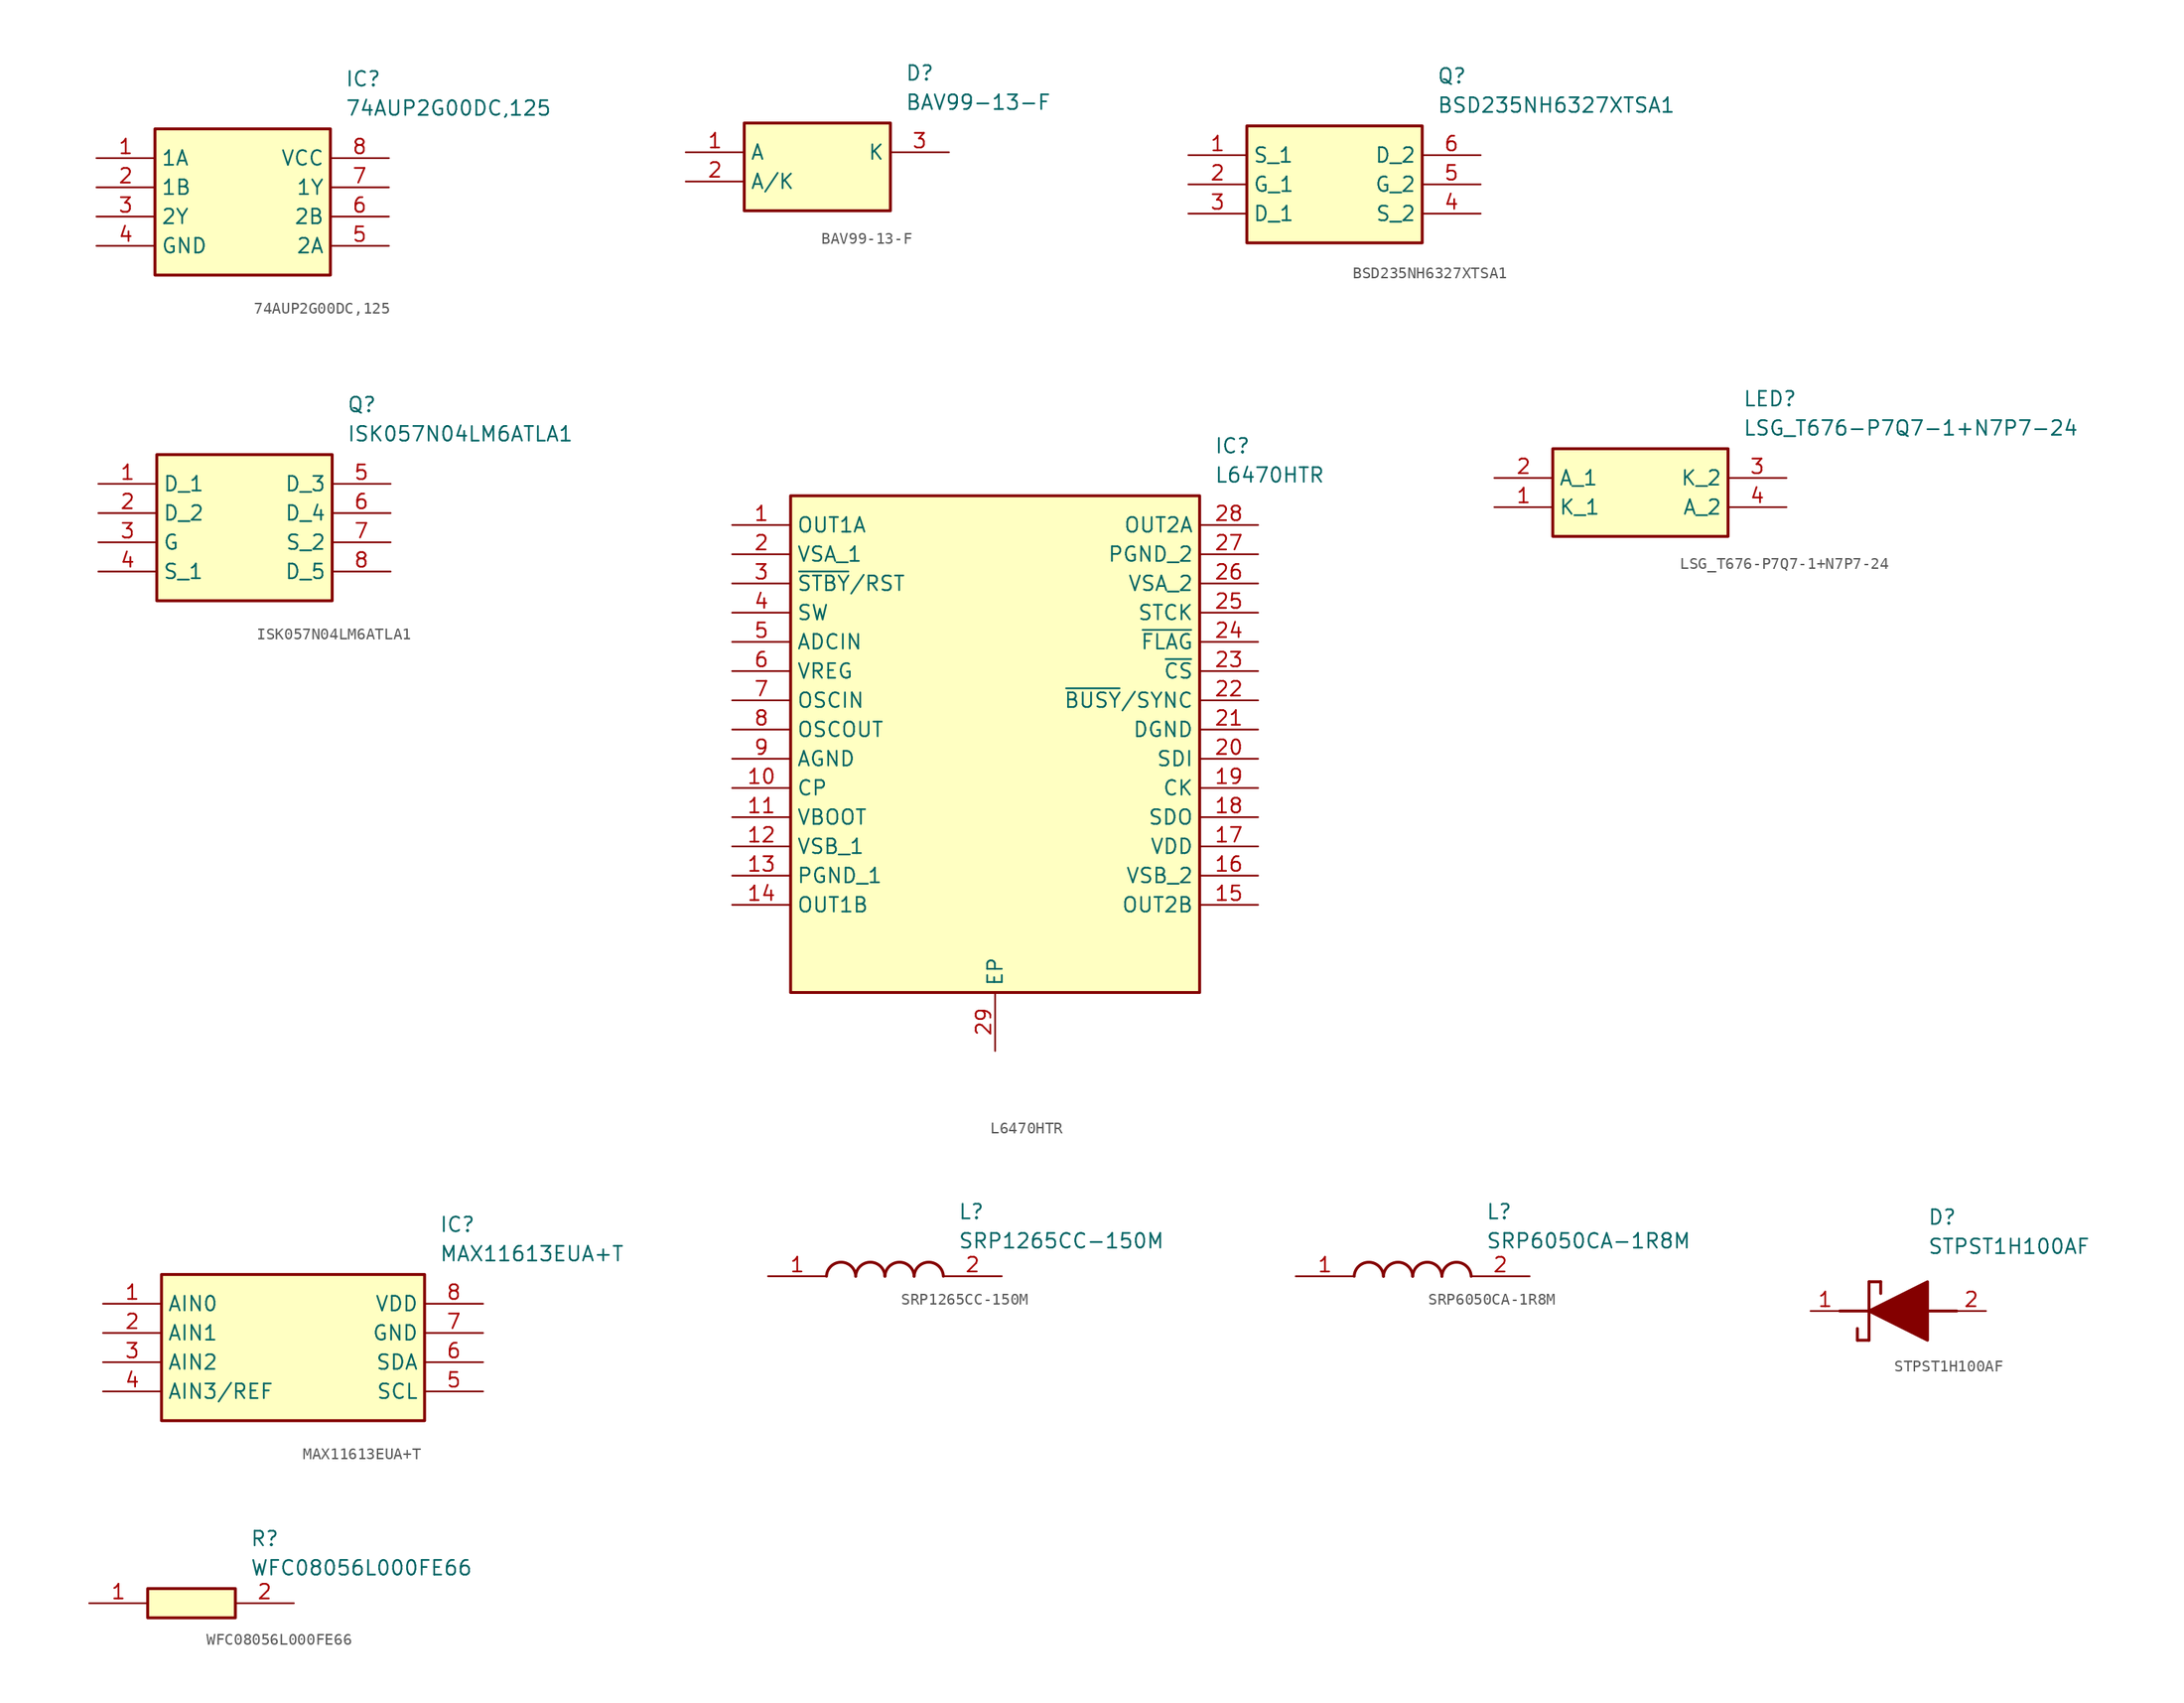
<source format=kicad_sym>
(kicad_symbol_lib
  (version 20220914)
  (generator kicad_symbol_editor)
  (symbol "74AUP2G00DC,125"
    (property "Reference" "IC"
      (at 21.59 7.62 0)
      (effects (font (size 1.27 1.27)) (justify left top)))
    (property "Value" "74AUP2G00DC,125"
      (at 21.59 5.08 0)
      (effects (font (size 1.27 1.27)) (justify left top)))
    (rectangle
      (start 5.08 2.54)
      (end 20.32 -10.16)
      (stroke (width 0.254) (type default))
      (fill (type background)))
    (pin passive line
      (at 0 0 0)
      (length 5.08)
      (name "1A" (effects (font (size 1.27 1.27))))
      (number "1" (effects (font (size 1.27 1.27)))))
    (pin passive line
      (at 0 -2.54 0)
      (length 5.08)
      (name "1B" (effects (font (size 1.27 1.27))))
      (number "2" (effects (font (size 1.27 1.27)))))
    (pin passive line
      (at 0 -5.08 0)
      (length 5.08)
      (name "2Y" (effects (font (size 1.27 1.27))))
      (number "3" (effects (font (size 1.27 1.27)))))
    (pin passive line
      (at 0 -7.62 0)
      (length 5.08)
      (name "GND" (effects (font (size 1.27 1.27))))
      (number "4" (effects (font (size 1.27 1.27)))))
    (pin passive line
      (at 25.4 0 180)
      (length 5.08)
      (name "VCC" (effects (font (size 1.27 1.27))))
      (number "8" (effects (font (size 1.27 1.27)))))
    (pin passive line
      (at 25.4 -2.54 180)
      (length 5.08)
      (name "1Y" (effects (font (size 1.27 1.27))))
      (number "7" (effects (font (size 1.27 1.27)))))
    (pin passive line
      (at 25.4 -5.08 180)
      (length 5.08)
      (name "2B" (effects (font (size 1.27 1.27))))
      (number "6" (effects (font (size 1.27 1.27)))))
    (pin passive line
      (at 25.4 -7.62 180)
      (length 5.08)
      (name "2A" (effects (font (size 1.27 1.27))))
      (number "5" (effects (font (size 1.27 1.27))))))
  (symbol "BAV99-13-F"
    (property "Reference" "D"
      (at 19.05 7.62 0)
      (effects (font (size 1.27 1.27)) (justify left top)))
    (property "Value" "BAV99-13-F"
      (at 19.05 5.08 0)
      (effects (font (size 1.27 1.27)) (justify left top)))
    (rectangle
      (start 5.08 2.54)
      (end 17.78 -5.08)
      (stroke (width 0.254) (type default))
      (fill (type background)))
    (pin passive line
      (at 0 0 0)
      (length 5.08)
      (name "A" (effects (font (size 1.27 1.27))))
      (number "1" (effects (font (size 1.27 1.27)))))
    (pin passive line
      (at 0 -2.54 0)
      (length 5.08)
      (name "A/K" (effects (font (size 1.27 1.27))))
      (number "2" (effects (font (size 1.27 1.27)))))
    (pin passive line
      (at 22.86 0 180)
      (length 5.08)
      (name "K" (effects (font (size 1.27 1.27))))
      (number "3" (effects (font (size 1.27 1.27))))))
  (symbol "BSD235NH6327XTSA1"
    (property "Reference" "Q"
      (at 21.59 7.62 0)
      (effects (font (size 1.27 1.27)) (justify left top)))
    (property "Value" "BSD235NH6327XTSA1"
      (at 21.59 5.08 0)
      (effects (font (size 1.27 1.27)) (justify left top)))
    (rectangle
      (start 5.08 2.54)
      (end 20.32 -7.62)
      (stroke (width 0.254) (type default))
      (fill (type background)))
    (pin passive line
      (at 0 0 0)
      (length 5.08)
      (name "S_1" (effects (font (size 1.27 1.27))))
      (number "1" (effects (font (size 1.27 1.27)))))
    (pin passive line
      (at 0 -2.54 0)
      (length 5.08)
      (name "G_1" (effects (font (size 1.27 1.27))))
      (number "2" (effects (font (size 1.27 1.27)))))
    (pin passive line
      (at 0 -5.08 0)
      (length 5.08)
      (name "D_1" (effects (font (size 1.27 1.27))))
      (number "3" (effects (font (size 1.27 1.27)))))
    (pin passive line
      (at 25.4 0 180)
      (length 5.08)
      (name "D_2" (effects (font (size 1.27 1.27))))
      (number "6" (effects (font (size 1.27 1.27)))))
    (pin passive line
      (at 25.4 -2.54 180)
      (length 5.08)
      (name "G_2" (effects (font (size 1.27 1.27))))
      (number "5" (effects (font (size 1.27 1.27)))))
    (pin passive line
      (at 25.4 -5.08 180)
      (length 5.08)
      (name "S_2" (effects (font (size 1.27 1.27))))
      (number "4" (effects (font (size 1.27 1.27))))))
  (symbol "ISK057N04LM6ATLA1"
    (property "Reference" "Q"
      (at 21.59 7.62 0)
      (effects (font (size 1.27 1.27)) (justify left top)))
    (property "Value" "ISK057N04LM6ATLA1"
      (at 21.59 5.08 0)
      (effects (font (size 1.27 1.27)) (justify left top)))
    (rectangle
      (start 5.08 2.54)
      (end 20.32 -10.16)
      (stroke (width 0.254) (type default))
      (fill (type background)))
    (pin passive line
      (at 0 0 0)
      (length 5.08)
      (name "D_1" (effects (font (size 1.27 1.27))))
      (number "1" (effects (font (size 1.27 1.27)))))
    (pin passive line
      (at 0 -2.54 0)
      (length 5.08)
      (name "D_2" (effects (font (size 1.27 1.27))))
      (number "2" (effects (font (size 1.27 1.27)))))
    (pin passive line
      (at 0 -5.08 0)
      (length 5.08)
      (name "G" (effects (font (size 1.27 1.27))))
      (number "3" (effects (font (size 1.27 1.27)))))
    (pin passive line
      (at 0 -7.62 0)
      (length 5.08)
      (name "S_1" (effects (font (size 1.27 1.27))))
      (number "4" (effects (font (size 1.27 1.27)))))
    (pin passive line
      (at 25.4 0 180)
      (length 5.08)
      (name "D_3" (effects (font (size 1.27 1.27))))
      (number "5" (effects (font (size 1.27 1.27)))))
    (pin passive line
      (at 25.4 -2.54 180)
      (length 5.08)
      (name "D_4" (effects (font (size 1.27 1.27))))
      (number "6" (effects (font (size 1.27 1.27)))))
    (pin passive line
      (at 25.4 -5.08 180)
      (length 5.08)
      (name "S_2" (effects (font (size 1.27 1.27))))
      (number "7" (effects (font (size 1.27 1.27)))))
    (pin passive line
      (at 25.4 -7.62 180)
      (length 5.08)
      (name "D_5" (effects (font (size 1.27 1.27))))
      (number "8" (effects (font (size 1.27 1.27))))))
  (symbol "L6470HTR"
    (property "Reference" "IC"
      (at 41.91 7.62 0)
      (effects (font (size 1.27 1.27)) (justify left top)))
    (property "Value" "L6470HTR"
      (at 41.91 5.08 0)
      (effects (font (size 1.27 1.27)) (justify left top)))
    (rectangle
      (start 5.08 2.54)
      (end 40.64 -40.64)
      (stroke (width 0.254) (type default))
      (fill (type background)))
    (pin passive line
      (at 0 0 0)
      (length 5.08)
      (name "OUT1A" (effects (font (size 1.27 1.27))))
      (number "1" (effects (font (size 1.27 1.27)))))
    (pin passive line
      (at 0 -2.54 0)
      (length 5.08)
      (name "VSA_1" (effects (font (size 1.27 1.27))))
      (number "2" (effects (font (size 1.27 1.27)))))
    (pin passive line
      (at 0 -5.08 0)
      (length 5.08)
      (name "~{STBY}/RST" (effects (font (size 1.27 1.27))))
      (number "3" (effects (font (size 1.27 1.27)))))
    (pin passive line
      (at 0 -7.62 0)
      (length 5.08)
      (name "SW" (effects (font (size 1.27 1.27))))
      (number "4" (effects (font (size 1.27 1.27)))))
    (pin passive line
      (at 0 -10.16 0)
      (length 5.08)
      (name "ADCIN" (effects (font (size 1.27 1.27))))
      (number "5" (effects (font (size 1.27 1.27)))))
    (pin passive line
      (at 0 -12.7 0)
      (length 5.08)
      (name "VREG" (effects (font (size 1.27 1.27))))
      (number "6" (effects (font (size 1.27 1.27)))))
    (pin passive line
      (at 0 -15.24 0)
      (length 5.08)
      (name "OSCIN" (effects (font (size 1.27 1.27))))
      (number "7" (effects (font (size 1.27 1.27)))))
    (pin passive line
      (at 0 -17.78 0)
      (length 5.08)
      (name "OSCOUT" (effects (font (size 1.27 1.27))))
      (number "8" (effects (font (size 1.27 1.27)))))
    (pin passive line
      (at 0 -20.32 0)
      (length 5.08)
      (name "AGND" (effects (font (size 1.27 1.27))))
      (number "9" (effects (font (size 1.27 1.27)))))
    (pin passive line
      (at 0 -22.86 0)
      (length 5.08)
      (name "CP" (effects (font (size 1.27 1.27))))
      (number "10" (effects (font (size 1.27 1.27)))))
    (pin passive line
      (at 0 -25.4 0)
      (length 5.08)
      (name "VBOOT" (effects (font (size 1.27 1.27))))
      (number "11" (effects (font (size 1.27 1.27)))))
    (pin passive line
      (at 0 -27.94 0)
      (length 5.08)
      (name "VSB_1" (effects (font (size 1.27 1.27))))
      (number "12" (effects (font (size 1.27 1.27)))))
    (pin passive line
      (at 0 -30.48 0)
      (length 5.08)
      (name "PGND_1" (effects (font (size 1.27 1.27))))
      (number "13" (effects (font (size 1.27 1.27)))))
    (pin passive line
      (at 0 -33.02 0)
      (length 5.08)
      (name "OUT1B" (effects (font (size 1.27 1.27))))
      (number "14" (effects (font (size 1.27 1.27)))))
    (pin passive line
      (at 22.86 -45.72 90)
      (length 5.08)
      (name "EP" (effects (font (size 1.27 1.27))))
      (number "29" (effects (font (size 1.27 1.27)))))
    (pin passive line
      (at 45.72 0 180)
      (length 5.08)
      (name "OUT2A" (effects (font (size 1.27 1.27))))
      (number "28" (effects (font (size 1.27 1.27)))))
    (pin passive line
      (at 45.72 -2.54 180)
      (length 5.08)
      (name "PGND_2" (effects (font (size 1.27 1.27))))
      (number "27" (effects (font (size 1.27 1.27)))))
    (pin passive line
      (at 45.72 -5.08 180)
      (length 5.08)
      (name "VSA_2" (effects (font (size 1.27 1.27))))
      (number "26" (effects (font (size 1.27 1.27)))))
    (pin passive line
      (at 45.72 -7.62 180)
      (length 5.08)
      (name "STCK" (effects (font (size 1.27 1.27))))
      (number "25" (effects (font (size 1.27 1.27)))))
    (pin passive line
      (at 45.72 -10.16 180)
      (length 5.08)
      (name "~{FLAG}" (effects (font (size 1.27 1.27))))
      (number "24" (effects (font (size 1.27 1.27)))))
    (pin passive line
      (at 45.72 -12.7 180)
      (length 5.08)
      (name "~{CS}" (effects (font (size 1.27 1.27))))
      (number "23" (effects (font (size 1.27 1.27)))))
    (pin passive line
      (at 45.72 -15.24 180)
      (length 5.08)
      (name "~{BUSY}/SYNC" (effects (font (size 1.27 1.27))))
      (number "22" (effects (font (size 1.27 1.27)))))
    (pin passive line
      (at 45.72 -17.78 180)
      (length 5.08)
      (name "DGND" (effects (font (size 1.27 1.27))))
      (number "21" (effects (font (size 1.27 1.27)))))
    (pin passive line
      (at 45.72 -20.32 180)
      (length 5.08)
      (name "SDI" (effects (font (size 1.27 1.27))))
      (number "20" (effects (font (size 1.27 1.27)))))
    (pin passive line
      (at 45.72 -22.86 180)
      (length 5.08)
      (name "CK" (effects (font (size 1.27 1.27))))
      (number "19" (effects (font (size 1.27 1.27)))))
    (pin passive line
      (at 45.72 -25.4 180)
      (length 5.08)
      (name "SDO" (effects (font (size 1.27 1.27))))
      (number "18" (effects (font (size 1.27 1.27)))))
    (pin passive line
      (at 45.72 -27.94 180)
      (length 5.08)
      (name "VDD" (effects (font (size 1.27 1.27))))
      (number "17" (effects (font (size 1.27 1.27)))))
    (pin passive line
      (at 45.72 -30.48 180)
      (length 5.08)
      (name "VSB_2" (effects (font (size 1.27 1.27))))
      (number "16" (effects (font (size 1.27 1.27)))))
    (pin passive line
      (at 45.72 -33.02 180)
      (length 5.08)
      (name "OUT2B" (effects (font (size 1.27 1.27))))
      (number "15" (effects (font (size 1.27 1.27))))))
  (symbol "LSG_T676-P7Q7-1+N7P7-24"
    (property "Reference" "LED"
      (at 21.59 7.62 0)
      (effects (font (size 1.27 1.27)) (justify left top)))
    (property "Value" "LSG_T676-P7Q7-1+N7P7-24"
      (at 21.59 5.08 0)
      (effects (font (size 1.27 1.27)) (justify left top)))
    (rectangle
      (start 5.08 2.54)
      (end 20.32 -5.08)
      (stroke (width 0.254) (type default))
      (fill (type background)))
    (pin passive line
      (at 0 -2.54 0)
      (length 5.08)
      (name "K_1" (effects (font (size 1.27 1.27))))
      (number "1" (effects (font (size 1.27 1.27)))))
    (pin passive line
      (at 0 0 0)
      (length 5.08)
      (name "A_1" (effects (font (size 1.27 1.27))))
      (number "2" (effects (font (size 1.27 1.27)))))
    (pin passive line
      (at 25.4 0 180)
      (length 5.08)
      (name "K_2" (effects (font (size 1.27 1.27))))
      (number "3" (effects (font (size 1.27 1.27)))))
    (pin passive line
      (at 25.4 -2.54 180)
      (length 5.08)
      (name "A_2" (effects (font (size 1.27 1.27))))
      (number "4" (effects (font (size 1.27 1.27))))))
  (symbol "MAX11613EUA+T"
    (property "Reference" "IC"
      (at 29.21 7.62 0)
      (effects (font (size 1.27 1.27)) (justify left top)))
    (property "Value" "MAX11613EUA+T"
      (at 29.21 5.08 0)
      (effects (font (size 1.27 1.27)) (justify left top)))
    (rectangle
      (start 5.08 2.54)
      (end 27.94 -10.16)
      (stroke (width 0.254) (type default))
      (fill (type background)))
    (pin passive line
      (at 0 0 0)
      (length 5.08)
      (name "AIN0" (effects (font (size 1.27 1.27))))
      (number "1" (effects (font (size 1.27 1.27)))))
    (pin passive line
      (at 0 -2.54 0)
      (length 5.08)
      (name "AIN1" (effects (font (size 1.27 1.27))))
      (number "2" (effects (font (size 1.27 1.27)))))
    (pin passive line
      (at 0 -5.08 0)
      (length 5.08)
      (name "AIN2" (effects (font (size 1.27 1.27))))
      (number "3" (effects (font (size 1.27 1.27)))))
    (pin passive line
      (at 0 -7.62 0)
      (length 5.08)
      (name "AIN3/REF" (effects (font (size 1.27 1.27))))
      (number "4" (effects (font (size 1.27 1.27)))))
    (pin passive line
      (at 33.02 0 180)
      (length 5.08)
      (name "VDD" (effects (font (size 1.27 1.27))))
      (number "8" (effects (font (size 1.27 1.27)))))
    (pin passive line
      (at 33.02 -2.54 180)
      (length 5.08)
      (name "GND" (effects (font (size 1.27 1.27))))
      (number "7" (effects (font (size 1.27 1.27)))))
    (pin passive line
      (at 33.02 -5.08 180)
      (length 5.08)
      (name "SDA" (effects (font (size 1.27 1.27))))
      (number "6" (effects (font (size 1.27 1.27)))))
    (pin passive line
      (at 33.02 -7.62 180)
      (length 5.08)
      (name "SCL" (effects (font (size 1.27 1.27))))
      (number "5" (effects (font (size 1.27 1.27))))))
  (symbol "SRP1265CC-150M"
    (pin_names hide)
    (property "Reference" "L"
      (at 16.51 6.35 0)
      (effects (font (size 1.27 1.27)) (justify left top)))
    (property "Value" "SRP1265CC-150M"
      (at 16.51 3.81 0)
      (effects (font (size 1.27 1.27)) (justify left top)))
    (arc
      (start 7.62 0)
      (mid 6.35 1.219)
      (end 5.08 0)
      (stroke (width 0.254) (type default))
      (fill (type none)))
    (arc
      (start 10.16 0)
      (mid 8.89 1.219)
      (end 7.62 0)
      (stroke (width 0.254) (type default))
      (fill (type none)))
    (arc
      (start 12.7 0)
      (mid 11.43 1.219)
      (end 10.16 0)
      (stroke (width 0.254) (type default))
      (fill (type none)))
    (arc
      (start 15.24 0)
      (mid 13.97 1.219)
      (end 12.7 0)
      (stroke (width 0.254) (type default))
      (fill (type none)))
    (pin passive line
      (at 0 0 0)
      (length 5.08)
      (name "1" (effects (font (size 1.27 1.27))))
      (number "1" (effects (font (size 1.27 1.27)))))
    (pin passive line
      (at 20.32 0 180)
      (length 5.08)
      (name "2" (effects (font (size 1.27 1.27))))
      (number "2" (effects (font (size 1.27 1.27))))))
  (symbol "SRP6050CA-1R8M"
    (pin_names hide)
    (property "Reference" "L"
      (at 16.51 6.35 0)
      (effects (font (size 1.27 1.27)) (justify left top)))
    (property "Value" "SRP6050CA-1R8M"
      (at 16.51 3.81 0)
      (effects (font (size 1.27 1.27)) (justify left top)))
    (arc
      (start 7.62 0)
      (mid 6.35 1.219)
      (end 5.08 0)
      (stroke (width 0.254) (type default))
      (fill (type none)))
    (arc
      (start 10.16 0)
      (mid 8.89 1.219)
      (end 7.62 0)
      (stroke (width 0.254) (type default))
      (fill (type none)))
    (arc
      (start 12.7 0)
      (mid 11.43 1.219)
      (end 10.16 0)
      (stroke (width 0.254) (type default))
      (fill (type none)))
    (arc
      (start 15.24 0)
      (mid 13.97 1.219)
      (end 12.7 0)
      (stroke (width 0.254) (type default))
      (fill (type none)))
    (pin passive line
      (at 0 0 0)
      (length 5.08)
      (name "1" (effects (font (size 1.27 1.27))))
      (number "1" (effects (font (size 1.27 1.27)))))
    (pin passive line
      (at 20.32 0 180)
      (length 5.08)
      (name "2" (effects (font (size 1.27 1.27))))
      (number "2" (effects (font (size 1.27 1.27))))))
  (symbol "STPST1H100AF"
    (pin_names hide)
    (property "Reference" "D"
      (at 12.7 8.89 0)
      (effects (font (size 1.27 1.27)) (justify left top)))
    (property "Value" "STPST1H100AF"
      (at 12.7 6.35 0)
      (effects (font (size 1.27 1.27)) (justify left top)))
    (polyline
      (pts (xy 7.62 2.54) (xy 7.62 -2.54))
      (stroke (width 0.254) (type default))
      (fill (type none)))
    (polyline
      (pts (xy 7.62 2.54) (xy 8.636 2.54))
      (stroke (width 0.254) (type default))
      (fill (type none)))
    (polyline
      (pts (xy 8.636 1.524) (xy 8.636 2.54))
      (stroke (width 0.254) (type default))
      (fill (type none)))
    (polyline
      (pts (xy 7.62 -2.54) (xy 6.604 -2.54))
      (stroke (width 0.254) (type default))
      (fill (type none)))
    (polyline
      (pts (xy 6.604 -1.524) (xy 6.604 -2.54))
      (stroke (width 0.254) (type default))
      (fill (type none)))
    (polyline
      (pts (xy 5.08 0) (xy 7.62 0))
      (stroke (width 0.254) (type default))
      (fill (type none)))
    (polyline
      (pts (xy 12.7 0) (xy 15.24 0))
      (stroke (width 0.254) (type default))
      (fill (type none)))
    (polyline
      (pts (xy 7.62 0) (xy 12.7 2.54) (xy 12.7 -2.54) (xy 7.62 0))
      (stroke (width 0.254) (type default))
      (fill (type outline)))
    (pin passive line
      (at 2.54 0 0)
      (length 2.54)
      (name "K" (effects (font (size 1.27 1.27))))
      (number "1" (effects (font (size 1.27 1.27)))))
    (pin passive line
      (at 17.78 0 180)
      (length 2.54)
      (name "A" (effects (font (size 1.27 1.27))))
      (number "2" (effects (font (size 1.27 1.27))))))
  (symbol "WFC08056L000FE66"
    (pin_names hide)
    (property "Reference" "R"
      (at 13.97 6.35 0)
      (effects (font (size 1.27 1.27)) (justify left top)))
    (property "Value" "WFC08056L000FE66"
      (at 13.97 3.81 0)
      (effects (font (size 1.27 1.27)) (justify left top)))
    (rectangle
      (start 5.08 1.27)
      (end 12.7 -1.27)
      (stroke (width 0.254) (type default))
      (fill (type background)))
    (pin passive line
      (at 0 0 0)
      (length 5.08)
      (name "1" (effects (font (size 1.27 1.27))))
      (number "1" (effects (font (size 1.27 1.27)))))
    (pin passive line
      (at 17.78 0 180)
      (length 5.08)
      (name "2" (effects (font (size 1.27 1.27))))
      (number "2" (effects (font (size 1.27 1.27)))))))
</source>
